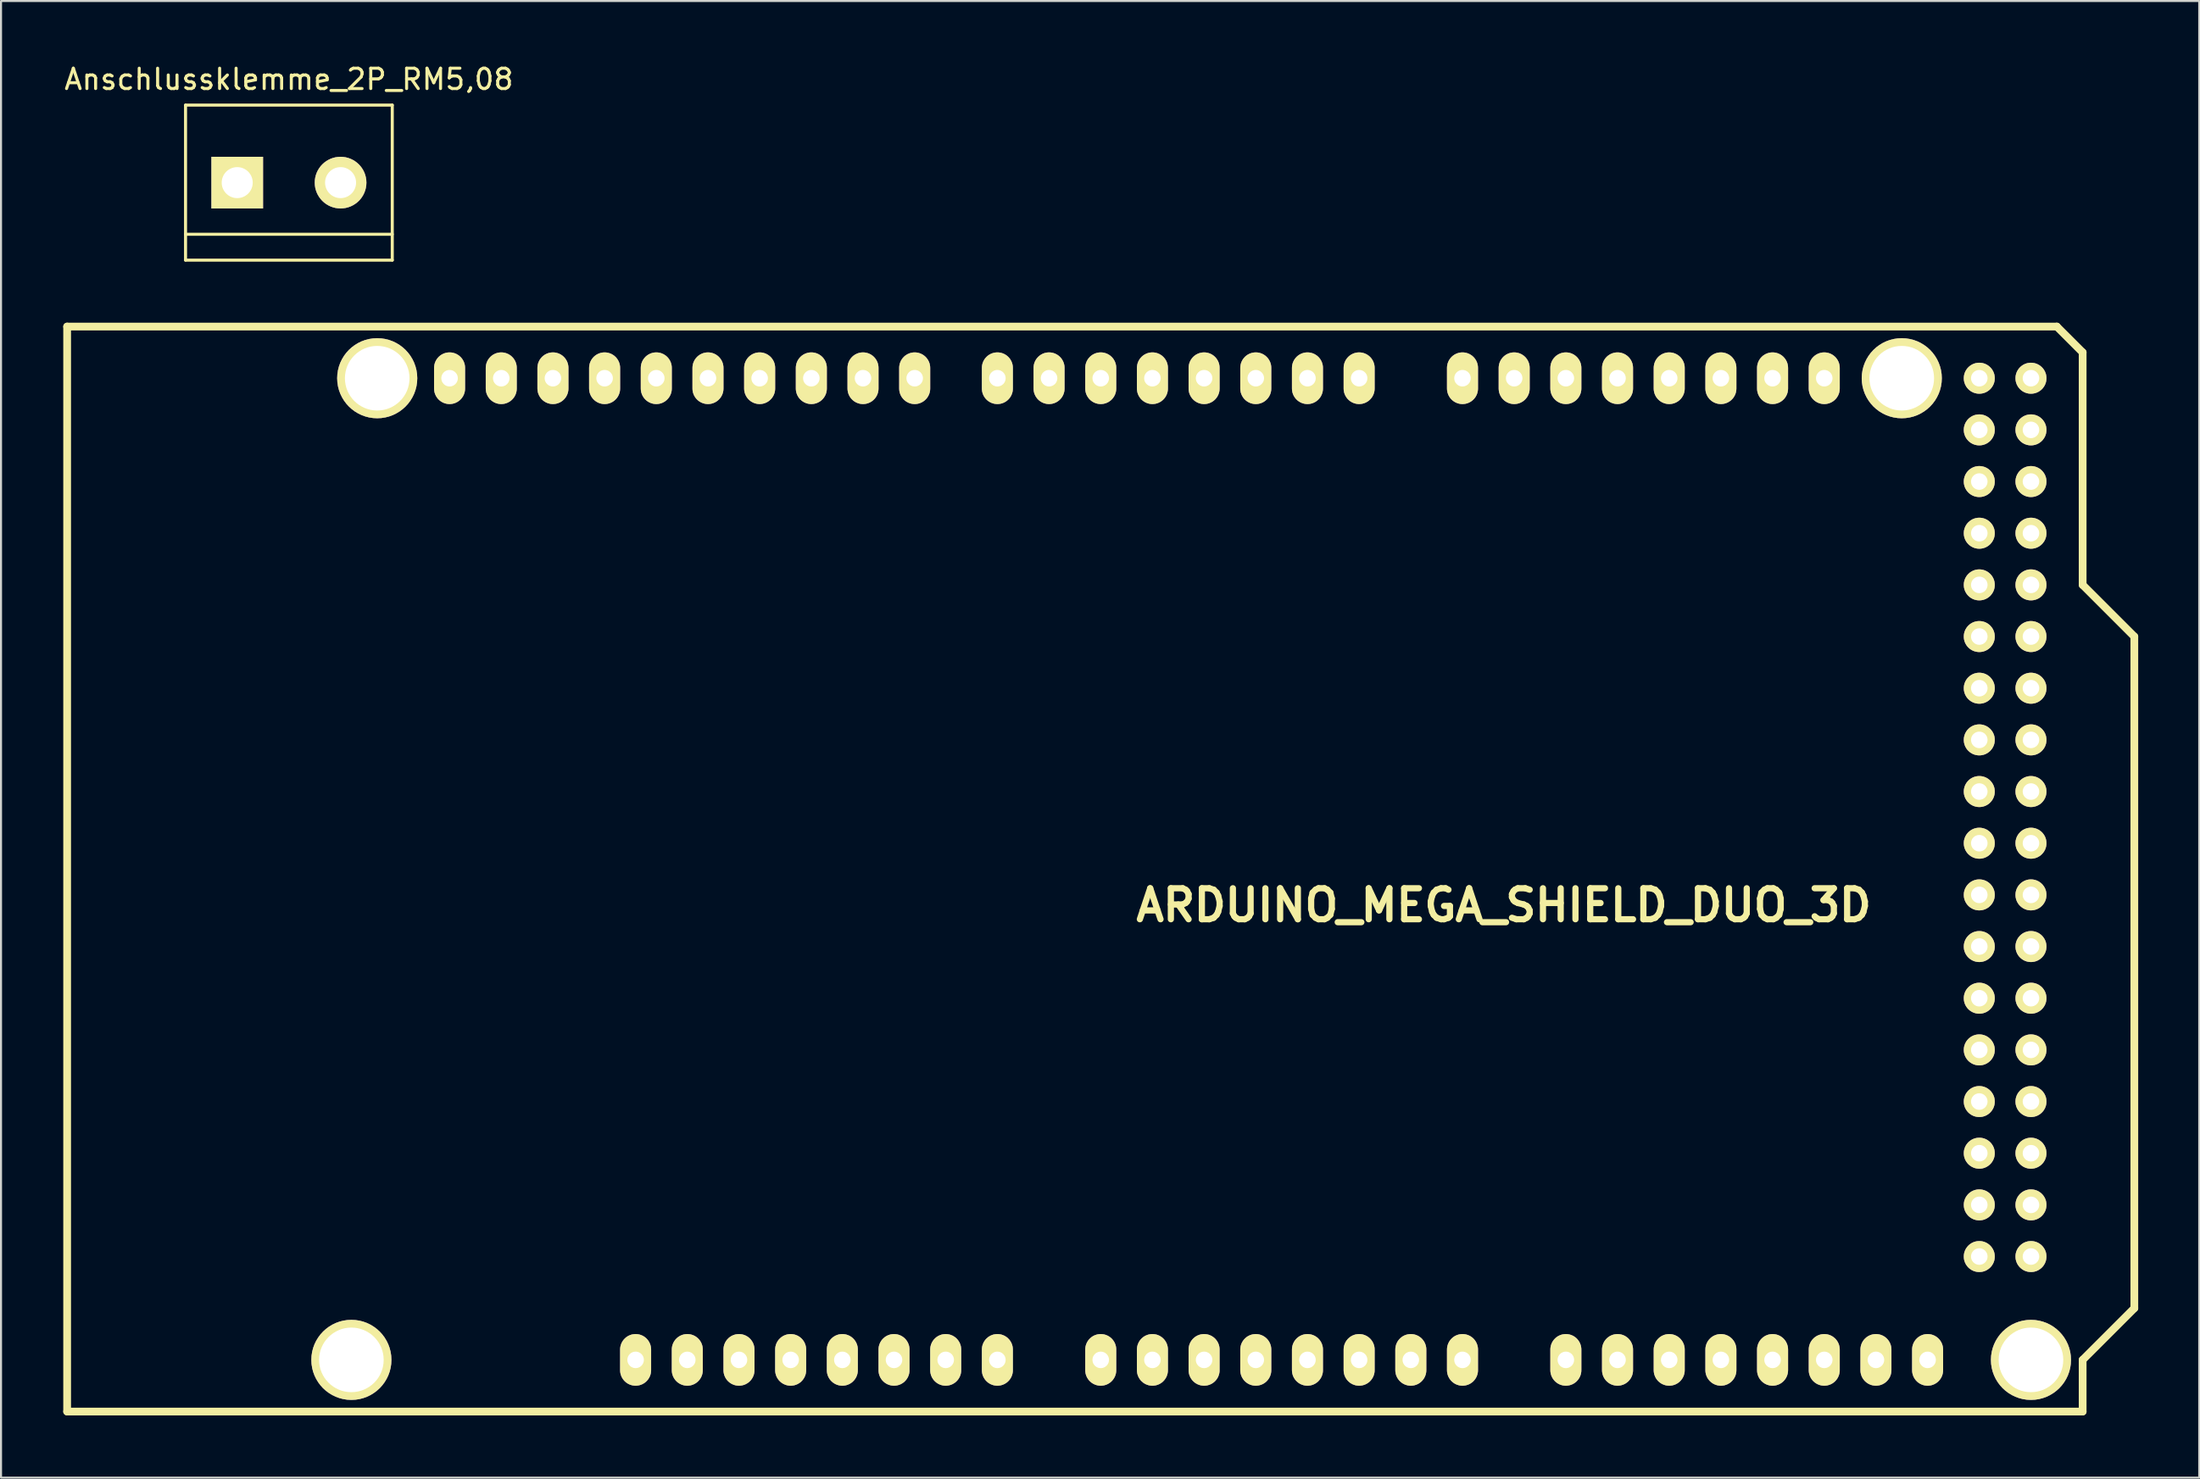
<source format=kicad_pcb>
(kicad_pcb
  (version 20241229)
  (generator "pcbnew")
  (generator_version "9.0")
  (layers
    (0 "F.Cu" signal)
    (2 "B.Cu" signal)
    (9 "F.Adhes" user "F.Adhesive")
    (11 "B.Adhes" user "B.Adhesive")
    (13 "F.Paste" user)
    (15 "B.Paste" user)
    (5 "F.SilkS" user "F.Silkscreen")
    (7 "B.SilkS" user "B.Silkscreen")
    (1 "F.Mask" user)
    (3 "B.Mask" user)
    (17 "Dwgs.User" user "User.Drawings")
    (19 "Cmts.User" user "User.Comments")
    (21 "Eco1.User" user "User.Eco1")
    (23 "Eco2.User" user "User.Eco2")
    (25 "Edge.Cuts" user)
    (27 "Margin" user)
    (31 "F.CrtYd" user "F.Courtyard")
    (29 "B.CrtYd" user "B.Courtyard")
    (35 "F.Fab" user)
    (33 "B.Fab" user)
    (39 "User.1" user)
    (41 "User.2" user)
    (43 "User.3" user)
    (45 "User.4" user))
  (footprint "Anschlussklemme_2P_RM5,08"
    (layer "F.Cu")
    (at 11.149 5.928)
    (property "Reference" "Anschlussklemme_2P_RM5,08" (at 0 -5.08 0) (layer "F.SilkS") (effects (font (size 1 1) (thickness 0.15))))
    (attr through_hole)
    (fp_line (start -5.08 -3.81) (end -5.08 3.81) (stroke (width 0.15) (type solid)) (layer "F.SilkS"))
    (fp_line (start -5.08 3.81) (end 5.08 3.81) (stroke (width 0.15) (type solid)) (layer "F.SilkS"))
    (fp_line (start 5.08 -3.81) (end -5.08 -3.81) (stroke (width 0.15) (type solid)) (layer "F.SilkS"))
    (fp_line (start 5.08 2.54) (end -5.08 2.54) (stroke (width 0.15) (type solid)) (layer "F.SilkS"))
    (fp_line (start 5.08 3.81) (end 5.08 -3.81) (stroke (width 0.15) (type solid)) (layer "F.SilkS"))
    (pad "1" thru_hole rect (at -2.54 0) (size 2.54 2.54) (drill 1.524) (layers "*.Cu" "*.Mask" "F.SilkS"))
    (pad "2" thru_hole circle (at 2.54 0) (size 2.54 2.54) (drill 1.524) (layers "*.Cu" "*.Mask" "F.SilkS")))
  (footprint "ARDUINO_MEGA_SHIELD_DUO_3D"
    (layer "F.Cu")
    (at 0.25 66.344)
    (property "Reference" "ARDUINO_MEGA_SHIELD_DUO_3D" (at 70.612 -24.892 0) (layer "F.SilkS") (effects (font (size 1.524 1.524) (thickness 0.305))))
    (attr through_hole)
    (fp_line (start 0 0) (end 0 -53.34) (stroke (width 0.381) (type solid)) (layer "F.SilkS"))
    (fp_line (start 97.79 -53.34) (end 0 -53.34) (stroke (width 0.381) (type solid)) (layer "F.SilkS"))
    (fp_line (start 99.06 -52.07) (end 97.79 -53.34) (stroke (width 0.381) (type solid)) (layer "F.SilkS"))
    (fp_line (start 99.06 -40.64) (end 99.06 -52.07) (stroke (width 0.381) (type solid)) (layer "F.SilkS"))
    (fp_line (start 99.06 -40.64) (end 101.6 -38.1) (stroke (width 0.381) (type solid)) (layer "F.SilkS"))
    (fp_line (start 99.06 -2.54) (end 99.06 0) (stroke (width 0.381) (type solid)) (layer "F.SilkS"))
    (fp_line (start 99.06 0) (end 0 0) (stroke (width 0.381) (type solid)) (layer "F.SilkS"))
    (fp_line (start 101.6 -38.1) (end 101.6 -5.08) (stroke (width 0.381) (type solid)) (layer "F.SilkS"))
    (fp_line (start 101.6 -5.08) (end 99.06 -2.54) (stroke (width 0.381) (type solid)) (layer "F.SilkS"))
    (pad "" thru_hole circle (at 13.97 -2.54 90) (size 3.937 3.937) (drill 3.175) (layers "*.Cu" "*.Mask" "F.SilkS"))
    (pad "" thru_hole circle (at 15.24 -50.8 90) (size 3.937 3.937) (drill 3.175) (layers "*.Cu" "*.Mask" "F.SilkS"))
    (pad "" thru_hole circle (at 90.17 -50.8 90) (size 3.937 3.937) (drill 3.175) (layers "*.Cu" "*.Mask" "F.SilkS"))
    (pad "" thru_hole circle (at 96.52 -2.54 90) (size 3.937 3.937) (drill 3.175) (layers "*.Cu" "*.Mask" "F.SilkS"))
    (pad "0" thru_hole oval (at 63.5 -50.8 90) (size 2.54 1.524) (drill 0.813) (layers "*.Cu" "*.Mask" "F.SilkS"))
    (pad "1" thru_hole oval (at 60.96 -50.8 90) (size 2.54 1.524) (drill 0.813) (layers "*.Cu" "*.Mask" "F.SilkS"))
    (pad "2" thru_hole oval (at 58.42 -50.8 90) (size 2.54 1.524) (drill 0.813) (layers "*.Cu" "*.Mask" "F.SilkS"))
    (pad "3" thru_hole oval (at 55.88 -50.8 90) (size 2.54 1.524) (drill 0.813) (layers "*.Cu" "*.Mask" "F.SilkS"))
    (pad "3V3" thru_hole oval (at 35.56 -2.54 90) (size 2.54 1.524) (drill 0.813) (layers "*.Cu" "*.Mask" "F.SilkS"))
    (pad "4" thru_hole oval (at 53.34 -50.8 90) (size 2.54 1.524) (drill 0.813) (layers "*.Cu" "*.Mask" "F.SilkS"))
    (pad "5" thru_hole oval (at 50.8 -50.8 90) (size 2.54 1.524) (drill 0.813) (layers "*.Cu" "*.Mask" "F.SilkS"))
    (pad "5V" thru_hole oval (at 38.1 -2.54 90) (size 2.54 1.524) (drill 0.813) (layers "*.Cu" "*.Mask" "F.SilkS"))
    (pad "5V_4" thru_hole circle (at 93.98 -50.8) (size 1.524 1.524) (drill 0.813) (layers "*.Cu" "*.Mask" "F.SilkS"))
    (pad "5V_5" thru_hole circle (at 96.52 -50.8) (size 1.524 1.524) (drill 0.813) (layers "*.Cu" "*.Mask" "F.SilkS"))
    (pad "6" thru_hole oval (at 48.26 -50.8 90) (size 2.54 1.524) (drill 0.813) (layers "*.Cu" "*.Mask" "F.SilkS"))
    (pad "7" thru_hole oval (at 45.72 -50.8 90) (size 2.54 1.524) (drill 0.813) (layers "*.Cu" "*.Mask" "F.SilkS"))
    (pad "8" thru_hole oval (at 41.656 -50.8 90) (size 2.54 1.524) (drill 0.813) (layers "*.Cu" "*.Mask" "F.SilkS"))
    (pad "9" thru_hole oval (at 39.116 -50.8 90) (size 2.54 1.524) (drill 0.813) (layers "*.Cu" "*.Mask" "F.SilkS"))
    (pad "10" thru_hole oval (at 36.576 -50.8 90) (size 2.54 1.524) (drill 0.813) (layers "*.Cu" "*.Mask" "F.SilkS"))
    (pad "11" thru_hole oval (at 34.036 -50.8 90) (size 2.54 1.524) (drill 0.813) (layers "*.Cu" "*.Mask" "F.SilkS"))
    (pad "12" thru_hole oval (at 31.496 -50.8 90) (size 2.54 1.524) (drill 0.813) (layers "*.Cu" "*.Mask" "F.SilkS"))
    (pad "13" thru_hole oval (at 28.956 -50.8 90) (size 2.54 1.524) (drill 0.813) (layers "*.Cu" "*.Mask" "F.SilkS"))
    (pad "14" thru_hole oval (at 68.58 -50.8 90) (size 2.54 1.524) (drill 0.813) (layers "*.Cu" "*.Mask" "F.SilkS"))
    (pad "15" thru_hole oval (at 71.12 -50.8 90) (size 2.54 1.524) (drill 0.813) (layers "*.Cu" "*.Mask" "F.SilkS"))
    (pad "16" thru_hole oval (at 73.66 -50.8 90) (size 2.54 1.524) (drill 0.813) (layers "*.Cu" "*.Mask" "F.SilkS"))
    (pad "17" thru_hole oval (at 76.2 -50.8 90) (size 2.54 1.524) (drill 0.813) (layers "*.Cu" "*.Mask" "F.SilkS"))
    (pad "18" thru_hole oval (at 78.74 -50.8 90) (size 2.54 1.524) (drill 0.813) (layers "*.Cu" "*.Mask" "F.SilkS"))
    (pad "19" thru_hole oval (at 81.28 -50.8 90) (size 2.54 1.524) (drill 0.813) (layers "*.Cu" "*.Mask" "F.SilkS"))
    (pad "20" thru_hole oval (at 83.82 -50.8 90) (size 2.54 1.524) (drill 0.813) (layers "*.Cu" "*.Mask" "F.SilkS"))
    (pad "21" thru_hole oval (at 86.36 -50.8 90) (size 2.54 1.524) (drill 0.813) (layers "*.Cu" "*.Mask" "F.SilkS"))
    (pad "22" thru_hole circle (at 93.98 -48.26) (size 1.524 1.524) (drill 0.813) (layers "*.Cu" "*.Mask" "F.SilkS"))
    (pad "23" thru_hole circle (at 96.52 -48.26) (size 1.524 1.524) (drill 0.813) (layers "*.Cu" "*.Mask" "F.SilkS"))
    (pad "24" thru_hole circle (at 93.98 -45.72) (size 1.524 1.524) (drill 0.813) (layers "*.Cu" "*.Mask" "F.SilkS"))
    (pad "25" thru_hole circle (at 96.52 -45.72) (size 1.524 1.524) (drill 0.813) (layers "*.Cu" "*.Mask" "F.SilkS"))
    (pad "26" thru_hole circle (at 93.98 -43.18) (size 1.524 1.524) (drill 0.813) (layers "*.Cu" "*.Mask" "F.SilkS"))
    (pad "27" thru_hole circle (at 96.52 -43.18) (size 1.524 1.524) (drill 0.813) (layers "*.Cu" "*.Mask" "F.SilkS"))
    (pad "28" thru_hole circle (at 93.98 -40.64) (size 1.524 1.524) (drill 0.813) (layers "*.Cu" "*.Mask" "F.SilkS"))
    (pad "29" thru_hole circle (at 96.52 -40.64) (size 1.524 1.524) (drill 0.813) (layers "*.Cu" "*.Mask" "F.SilkS"))
    (pad "30" thru_hole circle (at 93.98 -38.1) (size 1.524 1.524) (drill 0.813) (layers "*.Cu" "*.Mask" "F.SilkS"))
    (pad "31" thru_hole circle (at 96.52 -38.1) (size 1.524 1.524) (drill 0.813) (layers "*.Cu" "*.Mask" "F.SilkS"))
    (pad "32" thru_hole circle (at 93.98 -35.56) (size 1.524 1.524) (drill 0.813) (layers "*.Cu" "*.Mask" "F.SilkS"))
    (pad "33" thru_hole circle (at 96.52 -35.56) (size 1.524 1.524) (drill 0.813) (layers "*.Cu" "*.Mask" "F.SilkS"))
    (pad "34" thru_hole circle (at 93.98 -33.02) (size 1.524 1.524) (drill 0.813) (layers "*.Cu" "*.Mask" "F.SilkS"))
    (pad "35" thru_hole circle (at 96.52 -33.02) (size 1.524 1.524) (drill 0.813) (layers "*.Cu" "*.Mask" "F.SilkS"))
    (pad "36" thru_hole circle (at 93.98 -30.48) (size 1.524 1.524) (drill 0.813) (layers "*.Cu" "*.Mask" "F.SilkS"))
    (pad "37" thru_hole circle (at 96.52 -30.48) (size 1.524 1.524) (drill 0.813) (layers "*.Cu" "*.Mask" "F.SilkS"))
    (pad "38" thru_hole circle (at 93.98 -27.94) (size 1.524 1.524) (drill 0.813) (layers "*.Cu" "*.Mask" "F.SilkS"))
    (pad "39" thru_hole circle (at 96.52 -27.94) (size 1.524 1.524) (drill 0.813) (layers "*.Cu" "*.Mask" "F.SilkS"))
    (pad "40" thru_hole circle (at 93.98 -25.4) (size 1.524 1.524) (drill 0.813) (layers "*.Cu" "*.Mask" "F.SilkS"))
    (pad "41" thru_hole circle (at 96.52 -25.4) (size 1.524 1.524) (drill 0.813) (layers "*.Cu" "*.Mask" "F.SilkS"))
    (pad "42" thru_hole circle (at 93.98 -22.86) (size 1.524 1.524) (drill 0.813) (layers "*.Cu" "*.Mask" "F.SilkS"))
    (pad "43" thru_hole circle (at 96.52 -22.86) (size 1.524 1.524) (drill 0.813) (layers "*.Cu" "*.Mask" "F.SilkS"))
    (pad "44" thru_hole circle (at 93.98 -20.32) (size 1.524 1.524) (drill 0.813) (layers "*.Cu" "*.Mask" "F.SilkS"))
    (pad "45" thru_hole circle (at 96.52 -20.32) (size 1.524 1.524) (drill 0.813) (layers "*.Cu" "*.Mask" "F.SilkS"))
    (pad "46" thru_hole circle (at 93.98 -17.78) (size 1.524 1.524) (drill 0.813) (layers "*.Cu" "*.Mask" "F.SilkS"))
    (pad "47" thru_hole circle (at 96.52 -17.78) (size 1.524 1.524) (drill 0.813) (layers "*.Cu" "*.Mask" "F.SilkS"))
    (pad "48" thru_hole circle (at 93.98 -15.24) (size 1.524 1.524) (drill 0.813) (layers "*.Cu" "*.Mask" "F.SilkS"))
    (pad "49" thru_hole circle (at 96.52 -15.24) (size 1.524 1.524) (drill 0.813) (layers "*.Cu" "*.Mask" "F.SilkS"))
    (pad "50" thru_hole circle (at 93.98 -12.7) (size 1.524 1.524) (drill 0.813) (layers "*.Cu" "*.Mask" "F.SilkS"))
    (pad "51" thru_hole circle (at 96.52 -12.7) (size 1.524 1.524) (drill 0.813) (layers "*.Cu" "*.Mask" "F.SilkS"))
    (pad "52" thru_hole circle (at 93.98 -10.16) (size 1.524 1.524) (drill 0.813) (layers "*.Cu" "*.Mask" "F.SilkS"))
    (pad "53" thru_hole circle (at 96.52 -10.16) (size 1.524 1.524) (drill 0.813) (layers "*.Cu" "*.Mask" "F.SilkS"))
    (pad "AD0" thru_hole oval (at 50.8 -2.54 90) (size 2.54 1.524) (drill 0.813) (layers "*.Cu" "*.Mask" "F.SilkS"))
    (pad "AD1" thru_hole oval (at 53.34 -2.54 90) (size 2.54 1.524) (drill 0.813) (layers "*.Cu" "*.Mask" "F.SilkS"))
    (pad "AD2" thru_hole oval (at 55.88 -2.54 90) (size 2.54 1.524) (drill 0.813) (layers "*.Cu" "*.Mask" "F.SilkS"))
    (pad "AD3" thru_hole oval (at 58.42 -2.54 90) (size 2.54 1.524) (drill 0.813) (layers "*.Cu" "*.Mask" "F.SilkS"))
    (pad "AD4" thru_hole oval (at 60.96 -2.54 90) (size 2.54 1.524) (drill 0.813) (layers "*.Cu" "*.Mask" "F.SilkS"))
    (pad "AD5" thru_hole oval (at 63.5 -2.54 90) (size 2.54 1.524) (drill 0.813) (layers "*.Cu" "*.Mask" "F.SilkS"))
    (pad "AD6" thru_hole oval (at 66.04 -2.54 90) (size 2.54 1.524) (drill 0.813) (layers "*.Cu" "*.Mask" "F.SilkS"))
    (pad "AD7" thru_hole oval (at 68.58 -2.54 90) (size 2.54 1.524) (drill 0.813) (layers "*.Cu" "*.Mask" "F.SilkS"))
    (pad "AD8" thru_hole oval (at 73.66 -2.54 90) (size 2.54 1.524) (drill 0.813) (layers "*.Cu" "*.Mask" "F.SilkS"))
    (pad "AD9" thru_hole oval (at 76.2 -2.54 90) (size 2.54 1.524) (drill 0.813) (layers "*.Cu" "*.Mask" "F.SilkS"))
    (pad "AD10" thru_hole oval (at 78.74 -2.54 90) (size 2.54 1.524) (drill 0.813) (layers "*.Cu" "*.Mask" "F.SilkS"))
    (pad "AD11" thru_hole oval (at 81.28 -2.54 90) (size 2.54 1.524) (drill 0.813) (layers "*.Cu" "*.Mask" "F.SilkS"))
    (pad "AD12" thru_hole oval (at 83.82 -2.54 90) (size 2.54 1.524) (drill 0.813) (layers "*.Cu" "*.Mask" "F.SilkS"))
    (pad "AD13" thru_hole oval (at 86.36 -2.54 90) (size 2.54 1.524) (drill 0.813) (layers "*.Cu" "*.Mask" "F.SilkS"))
    (pad "AD14" thru_hole oval (at 88.9 -2.54 90) (size 2.54 1.524) (drill 0.813) (layers "*.Cu" "*.Mask" "F.SilkS"))
    (pad "AD15" thru_hole oval (at 91.44 -2.54 90) (size 2.54 1.524) (drill 0.813) (layers "*.Cu" "*.Mask" "F.SilkS"))
    (pad "AREF" thru_hole oval (at 23.876 -50.8 90) (size 2.54 1.524) (drill 0.813) (layers "*.Cu" "*.Mask" "F.SilkS"))
    (pad "FREI" thru_hole oval (at 27.94 -2.54 90) (size 2.54 1.524) (drill 0.812) (layers "*.Cu" "*.Mask" "F.SilkS"))
    (pad "GND1" thru_hole oval (at 40.64 -2.54 90) (size 2.54 1.524) (drill 0.813) (layers "*.Cu" "*.Mask" "F.SilkS"))
    (pad "GND2" thru_hole oval (at 43.18 -2.54 90) (size 2.54 1.524) (drill 0.813) (layers "*.Cu" "*.Mask" "F.SilkS"))
    (pad "GND3" thru_hole oval (at 26.416 -50.8 90) (size 2.54 1.524) (drill 0.813) (layers "*.Cu" "*.Mask" "F.SilkS"))
    (pad "GND4" thru_hole circle (at 93.98 -7.62) (size 1.524 1.524) (drill 0.813) (layers "*.Cu" "*.Mask" "F.SilkS"))
    (pad "GND5" thru_hole circle (at 96.52 -7.62) (size 1.524 1.524) (drill 0.813) (layers "*.Cu" "*.Mask" "F.SilkS"))
    (pad "IORE" thru_hole oval (at 30.48 -2.54 90) (size 2.54 1.524) (drill 0.812) (layers "*.Cu" "*.Mask" "F.SilkS"))
    (pad "RST" thru_hole oval (at 33.02 -2.54 90) (size 2.54 1.524) (drill 0.813) (layers "*.Cu" "*.Mask" "F.SilkS"))
    (pad "SCL1" thru_hole oval (at 18.796 -50.8 90) (size 2.54 1.524) (drill 0.812) (layers "*.Cu" "*.Mask" "F.SilkS"))
    (pad "SDA1" thru_hole oval (at 21.336 -50.8 90) (size 2.54 1.524) (drill 0.813) (layers "*.Cu" "*.Mask" "F.SilkS"))
    (pad "V_IN" thru_hole oval (at 45.72 -2.54 90) (size 2.54 1.524) (drill 0.813) (layers "*.Cu" "*.Mask" "F.SilkS")))
  (gr_rect
    (start -3 -3)
    (end 105.04 69.594)
    (stroke (width 0.1) (type default))
    (fill no)
    (layer "Edge.Cuts")))
</source>
